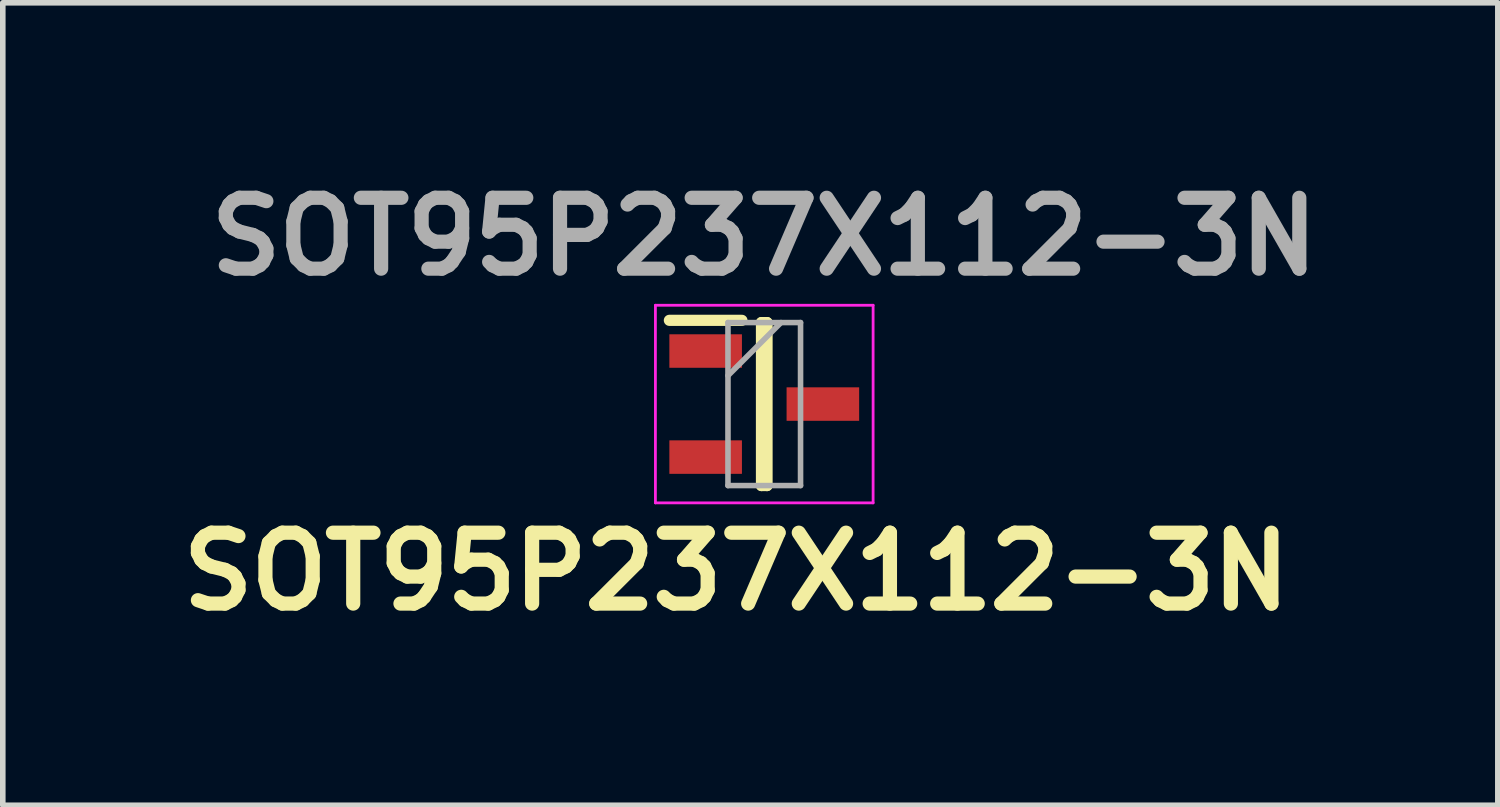
<source format=kicad_pcb>
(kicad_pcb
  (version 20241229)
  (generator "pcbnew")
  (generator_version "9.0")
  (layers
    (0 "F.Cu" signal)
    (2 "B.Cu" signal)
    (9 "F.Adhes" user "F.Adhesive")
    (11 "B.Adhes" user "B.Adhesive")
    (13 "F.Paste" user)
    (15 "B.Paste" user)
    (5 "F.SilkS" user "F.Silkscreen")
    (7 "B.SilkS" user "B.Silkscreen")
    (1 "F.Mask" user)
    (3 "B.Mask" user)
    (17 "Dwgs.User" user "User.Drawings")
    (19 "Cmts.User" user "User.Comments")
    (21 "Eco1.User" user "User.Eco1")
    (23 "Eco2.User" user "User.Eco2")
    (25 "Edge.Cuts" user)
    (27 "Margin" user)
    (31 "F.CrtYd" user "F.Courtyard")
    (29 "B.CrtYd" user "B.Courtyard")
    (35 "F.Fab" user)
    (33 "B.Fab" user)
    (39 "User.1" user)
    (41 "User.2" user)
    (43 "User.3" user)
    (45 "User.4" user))
  (footprint "SOT95P237X112-3N"
    (layer "F.Cu")
    (at 10.642 4.189)
    (property "Reference" "SOT95P237X112-3N" (at -0.5 3 0) (layer "F.SilkS") (effects (font (size 1.27 1.27) (thickness 0.254))))
    (attr smd)
    (fp_line (start -1.7 -1.5) (end -0.4 -1.5) (stroke (width 0.2) (type solid)) (layer "F.SilkS"))
    (fp_line (start -0.05 -1.46) (end 0.05 -1.46) (stroke (width 0.2) (type solid)) (layer "F.SilkS"))
    (fp_line (start -0.05 1.46) (end -0.05 -1.46) (stroke (width 0.2) (type solid)) (layer "F.SilkS"))
    (fp_line (start 0.05 -1.46) (end 0.05 1.46) (stroke (width 0.2) (type solid)) (layer "F.SilkS"))
    (fp_line (start 0.05 1.46) (end -0.05 1.46) (stroke (width 0.2) (type solid)) (layer "F.SilkS"))
    (fp_line (start -1.95 -1.77) (end 1.95 -1.77) (stroke (width 0.05) (type solid)) (layer "F.CrtYd"))
    (fp_line (start -1.95 1.77) (end -1.95 -1.77) (stroke (width 0.05) (type solid)) (layer "F.CrtYd"))
    (fp_line (start 1.95 -1.77) (end 1.95 1.77) (stroke (width 0.05) (type solid)) (layer "F.CrtYd"))
    (fp_line (start 1.95 1.77) (end -1.95 1.77) (stroke (width 0.05) (type solid)) (layer "F.CrtYd"))
    (fp_line (start -0.65 -1.46) (end 0.65 -1.46) (stroke (width 0.1) (type solid)) (layer "F.Fab"))
    (fp_line (start -0.65 -0.51) (end 0.3 -1.46) (stroke (width 0.1) (type solid)) (layer "F.Fab"))
    (fp_line (start -0.65 1.46) (end -0.65 -1.46) (stroke (width 0.1) (type solid)) (layer "F.Fab"))
    (fp_line (start 0.65 -1.46) (end 0.65 1.46) (stroke (width 0.1) (type solid)) (layer "F.Fab"))
    (fp_line (start 0.65 1.46) (end -0.65 1.46) (stroke (width 0.1) (type solid)) (layer "F.Fab"))
    (fp_text user "${REFERENCE}" (at 0 -3 0) (layer "F.Fab") (effects (font (size 1.27 1.27) (thickness 0.254))))
    (pad "1" smd rect (at -1.05 -0.95 90) (size 0.6 1.3) (layers "F.Cu" "F.Mask" "F.Paste"))
    (pad "2" smd rect (at -1.05 0.95 90) (size 0.6 1.3) (layers "F.Cu" "F.Mask" "F.Paste"))
    (pad "3" smd rect (at 1.05 0 90) (size 0.6 1.3) (layers "F.Cu" "F.Mask" "F.Paste")))
  (gr_rect
    (start -3 -3)
    (end 23.784 11.377)
    (stroke (width 0.1) (type default))
    (fill no)
    (layer "Edge.Cuts")))
</source>
